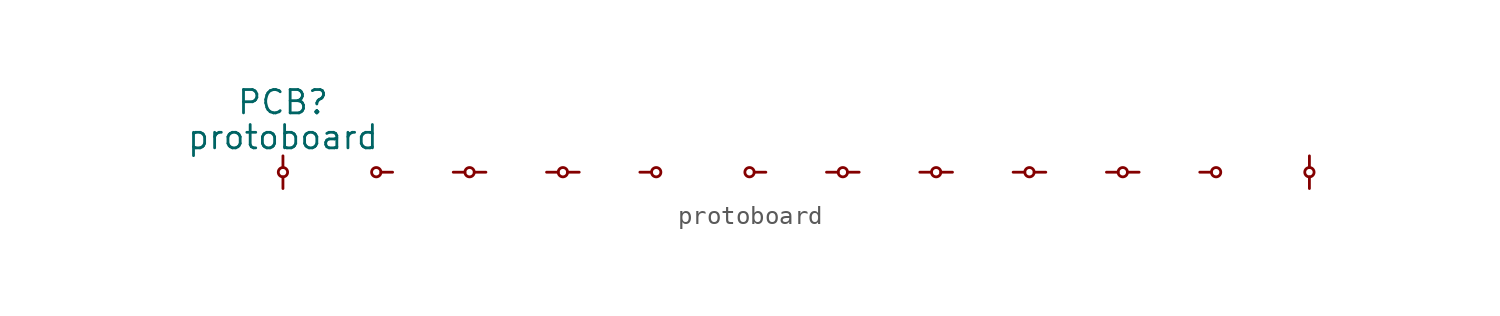
<source format=kicad_sym>
(kicad_symbol_lib
  (version 20211014)
  (generator kicad_symbol_editor)
  (symbol "protoboard"
    (pin_names
      (offset 1.016))
    (property "Reference" "PCB"
      (at 0 3.81 0)
      (effects (font (size 1.27 1.27))))
    (property "Value" "protoboard"
      (at 0 1.905 0)
      (effects (font (size 1.27 1.27))))
    (symbol "protoboard_0_1"
      (polyline (pts (xy 0 -0.254) (xy 0 -0.889)) (stroke (width 0) (type default) (color 0 0 0 0)) (fill (type none)))
      (polyline (pts (xy 0 0.254) (xy 0 0.889)) (stroke (width 0) (type default) (color 0 0 0 0)) (fill (type none)))
      (polyline (pts (xy 5.334 0) (xy 5.969 0)) (stroke (width 0) (type default) (color 0 0 0 0)) (fill (type none)))
      (polyline (pts (xy 9.906 0) (xy 9.271 0)) (stroke (width 0) (type default) (color 0 0 0 0)) (fill (type none)))
      (polyline (pts (xy 10.414 0) (xy 11.049 0)) (stroke (width 0) (type default) (color 0 0 0 0)) (fill (type none)))
      (polyline (pts (xy 14.986 0) (xy 14.351 0)) (stroke (width 0) (type default) (color 0 0 0 0)) (fill (type none)))
      (polyline (pts (xy 15.494 0) (xy 16.129 0)) (stroke (width 0) (type default) (color 0 0 0 0)) (fill (type none)))
      (polyline (pts (xy 20.066 0) (xy 19.431 0)) (stroke (width 0) (type default) (color 0 0 0 0)) (fill (type none)))
      (polyline (pts (xy 25.654 0) (xy 26.289 0)) (stroke (width 0) (type default) (color 0 0 0 0)) (fill (type none)))
      (polyline (pts (xy 30.226 0) (xy 29.591 0)) (stroke (width 0) (type default) (color 0 0 0 0)) (fill (type none)))
      (polyline (pts (xy 30.734 0) (xy 31.369 0)) (stroke (width 0) (type default) (color 0 0 0 0)) (fill (type none)))
      (polyline (pts (xy 35.306 0) (xy 34.671 0)) (stroke (width 0) (type default) (color 0 0 0 0)) (fill (type none)))
      (polyline (pts (xy 35.814 0) (xy 36.449 0)) (stroke (width 0) (type default) (color 0 0 0 0)) (fill (type none)))
      (polyline (pts (xy 40.386 0) (xy 39.751 0)) (stroke (width 0) (type default) (color 0 0 0 0)) (fill (type none)))
      (polyline (pts (xy 40.894 0) (xy 41.529 0)) (stroke (width 0) (type default) (color 0 0 0 0)) (fill (type none)))
      (polyline (pts (xy 45.466 0) (xy 44.831 0)) (stroke (width 0) (type default) (color 0 0 0 0)) (fill (type none)))
      (polyline (pts (xy 45.974 0) (xy 46.609 0)) (stroke (width 0) (type default) (color 0 0 0 0)) (fill (type none)))
      (polyline (pts (xy 50.546 0) (xy 49.911 0)) (stroke (width 0) (type default) (color 0 0 0 0)) (fill (type none)))
      (polyline (pts (xy 55.88 -0.254) (xy 55.88 -0.889)) (stroke (width 0) (type default) (color 0 0 0 0)) (fill (type none)))
      (polyline (pts (xy 55.88 0.254) (xy 55.88 0.889)) (stroke (width 0) (type default) (color 0 0 0 0)) (fill (type none)))
      (circle (center 0 0) (radius 0.254) (stroke (width 0) (type default) (color 0 0 0 0)) (fill (type none)))
      (circle (center 5.08 0) (radius 0.254) (stroke (width 0) (type default) (color 0 0 0 0)) (fill (type none)))
      (circle (center 10.16 0) (radius 0.254) (stroke (width 0) (type default) (color 0 0 0 0)) (fill (type none)))
      (circle (center 15.24 0) (radius 0.254) (stroke (width 0) (type default) (color 0 0 0 0)) (fill (type none)))
      (circle (center 20.32 0) (radius 0.254) (stroke (width 0) (type default) (color 0 0 0 0)) (fill (type none)))
      (circle (center 25.4 0) (radius 0.254) (stroke (width 0) (type default) (color 0 0 0 0)) (fill (type none)))
      (circle (center 30.48 0) (radius 0.254) (stroke (width 0) (type default) (color 0 0 0 0)) (fill (type none)))
      (circle (center 35.56 0) (radius 0.254) (stroke (width 0) (type default) (color 0 0 0 0)) (fill (type none)))
      (circle (center 40.64 0) (radius 0.254) (stroke (width 0) (type default) (color 0 0 0 0)) (fill (type none)))
      (circle (center 45.72 0) (radius 0.254) (stroke (width 0) (type default) (color 0 0 0 0)) (fill (type none)))
      (circle (center 50.8 0) (radius 0.254) (stroke (width 0) (type default) (color 0 0 0 0)) (fill (type none)))
      (circle (center 55.88 0) (radius 0.254) (stroke (width 0) (type default) (color 0 0 0 0)) (fill (type none))))))
</source>
